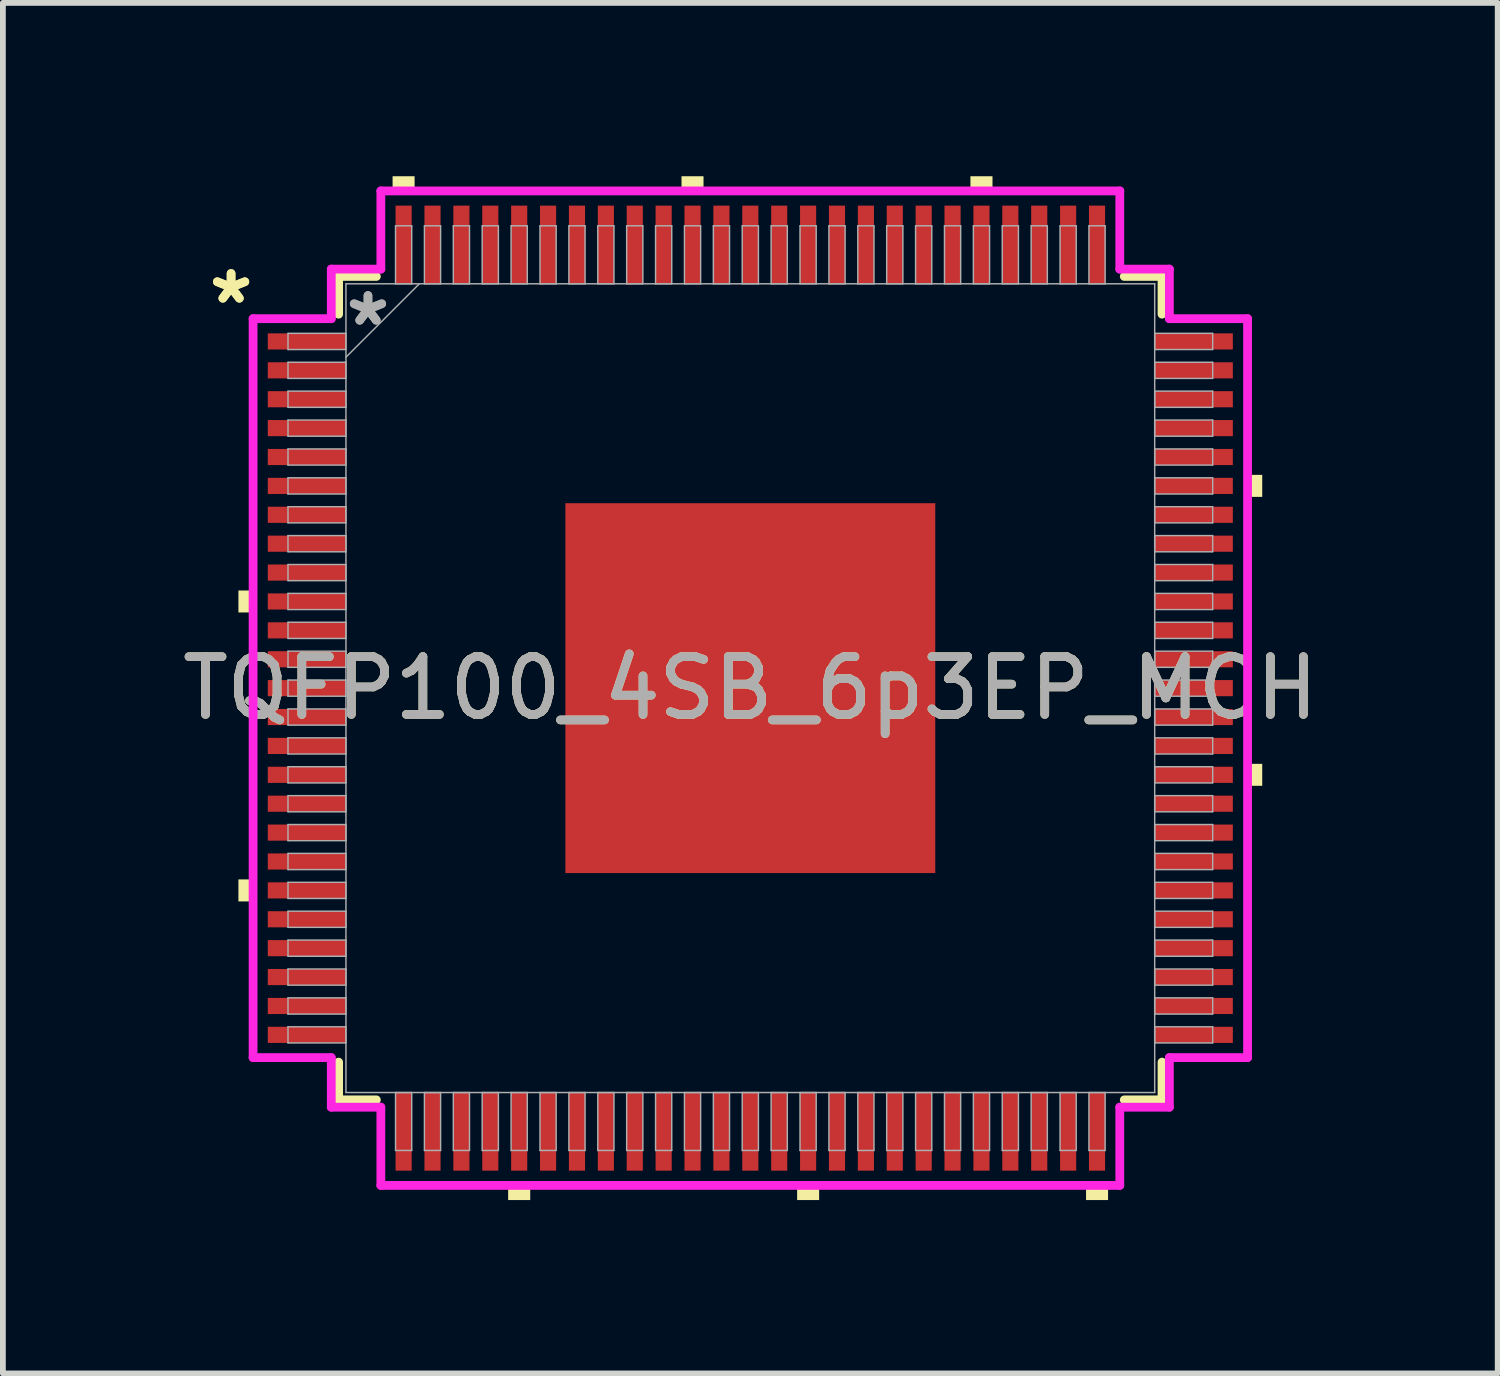
<source format=kicad_pcb>
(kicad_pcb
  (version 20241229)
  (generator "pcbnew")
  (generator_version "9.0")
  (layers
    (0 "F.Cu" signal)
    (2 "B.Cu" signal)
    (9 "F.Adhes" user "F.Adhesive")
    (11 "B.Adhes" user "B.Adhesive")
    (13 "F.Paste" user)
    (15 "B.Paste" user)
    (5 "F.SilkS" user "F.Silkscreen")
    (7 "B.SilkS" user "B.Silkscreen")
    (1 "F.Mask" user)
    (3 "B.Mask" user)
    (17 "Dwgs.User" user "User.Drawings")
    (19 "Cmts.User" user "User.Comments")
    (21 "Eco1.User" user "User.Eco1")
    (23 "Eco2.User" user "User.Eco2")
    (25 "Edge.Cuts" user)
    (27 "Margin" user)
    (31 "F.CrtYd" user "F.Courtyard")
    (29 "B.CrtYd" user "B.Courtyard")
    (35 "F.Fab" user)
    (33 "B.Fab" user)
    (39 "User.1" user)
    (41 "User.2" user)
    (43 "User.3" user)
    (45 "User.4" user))
  (footprint "TQFP100_4SB_6p3EP_MCH"
    (layer "F.Cu")
    (at 9.935 8.859)
    (property "Reference" "TQFP100_4SB_6p3EP_MCH" (at 0 0 0) (unlocked yes) (layer "F.SilkS") (effects (font (size 1 1) (thickness 0.15))))
    (attr smd)
    (fp_line (start -7.125 -7.125) (end -7.125 -6.472) (stroke (width 0.152) (type solid)) (layer "F.SilkS"))
    (fp_line (start -7.125 6.472) (end -7.125 7.125) (stroke (width 0.152) (type solid)) (layer "F.SilkS"))
    (fp_line (start -7.125 7.125) (end -6.472 7.125) (stroke (width 0.152) (type solid)) (layer "F.SilkS"))
    (fp_line (start -6.472 -7.125) (end -7.125 -7.125) (stroke (width 0.152) (type solid)) (layer "F.SilkS"))
    (fp_line (start 6.472 7.125) (end 7.125 7.125) (stroke (width 0.152) (type solid)) (layer "F.SilkS"))
    (fp_line (start 7.125 -7.125) (end 6.472 -7.125) (stroke (width 0.152) (type solid)) (layer "F.SilkS"))
    (fp_line (start 7.125 -6.472) (end 7.125 -7.125) (stroke (width 0.152) (type solid)) (layer "F.SilkS"))
    (fp_line (start 7.125 7.125) (end 7.125 6.472) (stroke (width 0.152) (type solid)) (layer "F.SilkS"))
    (fp_poly (pts (xy -8.859 -1.69) (xy -8.859 -1.31) (xy -8.605 -1.31) (xy -8.605 -1.69)) (stroke (width 0) (type solid)) (fill yes) (layer "F.SilkS"))
    (fp_poly (pts (xy -8.859 3.31) (xy -8.859 3.691) (xy -8.605 3.691) (xy -8.605 3.31)) (stroke (width 0) (type solid)) (fill yes) (layer "F.SilkS"))
    (fp_poly (pts (xy -6.191 -8.605) (xy -6.191 -8.859) (xy -5.81 -8.859) (xy -5.81 -8.605)) (stroke (width 0) (type solid)) (fill yes) (layer "F.SilkS"))
    (fp_poly (pts (xy -4.191 8.605) (xy -4.191 8.859) (xy -3.809 8.859) (xy -3.809 8.605)) (stroke (width 0) (type solid)) (fill yes) (layer "F.SilkS"))
    (fp_poly (pts (xy -1.191 -8.605) (xy -1.191 -8.859) (xy -0.81 -8.859) (xy -0.81 -8.605)) (stroke (width 0) (type solid)) (fill yes) (layer "F.SilkS"))
    (fp_poly (pts (xy 0.81 8.605) (xy 0.81 8.859) (xy 1.191 8.859) (xy 1.191 8.605)) (stroke (width 0) (type solid)) (fill yes) (layer "F.SilkS"))
    (fp_poly (pts (xy 3.809 -8.605) (xy 3.809 -8.859) (xy 4.191 -8.859) (xy 4.191 -8.605)) (stroke (width 0) (type solid)) (fill yes) (layer "F.SilkS"))
    (fp_poly (pts (xy 5.81 8.605) (xy 5.81 8.859) (xy 6.191 8.859) (xy 6.191 8.605)) (stroke (width 0) (type solid)) (fill yes) (layer "F.SilkS"))
    (fp_poly (pts (xy 8.859 -3.691) (xy 8.859 -3.31) (xy 8.605 -3.31) (xy 8.605 -3.691)) (stroke (width 0) (type solid)) (fill yes) (layer "F.SilkS"))
    (fp_poly (pts (xy 8.859 1.31) (xy 8.859 1.69) (xy 8.605 1.69) (xy 8.605 1.31)) (stroke (width 0) (type solid)) (fill yes) (layer "F.SilkS"))
    (fp_poly (pts (xy -3.1 -3.1) (xy -3.1 -2.02) (xy -2.02 -2.02) (xy -2.02 -3.1)) (stroke (width 0) (type solid)) (fill yes) (layer "F.Paste"))
    (fp_poly (pts (xy -3.1 -1.82) (xy -3.1 -0.74) (xy -2.02 -0.74) (xy -2.02 -1.82)) (stroke (width 0) (type solid)) (fill yes) (layer "F.Paste"))
    (fp_poly (pts (xy -3.1 -0.54) (xy -3.1 0.54) (xy -2.02 0.54) (xy -2.02 -0.54)) (stroke (width 0) (type solid)) (fill yes) (layer "F.Paste"))
    (fp_poly (pts (xy -3.1 0.74) (xy -3.1 1.82) (xy -2.02 1.82) (xy -2.02 0.74)) (stroke (width 0) (type solid)) (fill yes) (layer "F.Paste"))
    (fp_poly (pts (xy -3.1 2.02) (xy -3.1 3.1) (xy -2.02 3.1) (xy -2.02 2.02)) (stroke (width 0) (type solid)) (fill yes) (layer "F.Paste"))
    (fp_poly (pts (xy -1.82 -3.1) (xy -1.82 -2.02) (xy -0.74 -2.02) (xy -0.74 -3.1)) (stroke (width 0) (type solid)) (fill yes) (layer "F.Paste"))
    (fp_poly (pts (xy -1.82 -1.82) (xy -1.82 -0.74) (xy -0.74 -0.74) (xy -0.74 -1.82)) (stroke (width 0) (type solid)) (fill yes) (layer "F.Paste"))
    (fp_poly (pts (xy -1.82 -0.54) (xy -1.82 0.54) (xy -0.74 0.54) (xy -0.74 -0.54)) (stroke (width 0) (type solid)) (fill yes) (layer "F.Paste"))
    (fp_poly (pts (xy -1.82 0.74) (xy -1.82 1.82) (xy -0.74 1.82) (xy -0.74 0.74)) (stroke (width 0) (type solid)) (fill yes) (layer "F.Paste"))
    (fp_poly (pts (xy -1.82 2.02) (xy -1.82 3.1) (xy -0.74 3.1) (xy -0.74 2.02)) (stroke (width 0) (type solid)) (fill yes) (layer "F.Paste"))
    (fp_poly (pts (xy -0.54 -3.1) (xy -0.54 -2.02) (xy 0.54 -2.02) (xy 0.54 -3.1)) (stroke (width 0) (type solid)) (fill yes) (layer "F.Paste"))
    (fp_poly (pts (xy -0.54 -1.82) (xy -0.54 -0.74) (xy 0.54 -0.74) (xy 0.54 -1.82)) (stroke (width 0) (type solid)) (fill yes) (layer "F.Paste"))
    (fp_poly (pts (xy -0.54 -0.54) (xy -0.54 0.54) (xy 0.54 0.54) (xy 0.54 -0.54)) (stroke (width 0) (type solid)) (fill yes) (layer "F.Paste"))
    (fp_poly (pts (xy -0.54 0.74) (xy -0.54 1.82) (xy 0.54 1.82) (xy 0.54 0.74)) (stroke (width 0) (type solid)) (fill yes) (layer "F.Paste"))
    (fp_poly (pts (xy -0.54 2.02) (xy -0.54 3.1) (xy 0.54 3.1) (xy 0.54 2.02)) (stroke (width 0) (type solid)) (fill yes) (layer "F.Paste"))
    (fp_poly (pts (xy 0.74 -3.1) (xy 0.74 -2.02) (xy 1.82 -2.02) (xy 1.82 -3.1)) (stroke (width 0) (type solid)) (fill yes) (layer "F.Paste"))
    (fp_poly (pts (xy 0.74 -1.82) (xy 0.74 -0.74) (xy 1.82 -0.74) (xy 1.82 -1.82)) (stroke (width 0) (type solid)) (fill yes) (layer "F.Paste"))
    (fp_poly (pts (xy 0.74 -0.54) (xy 0.74 0.54) (xy 1.82 0.54) (xy 1.82 -0.54)) (stroke (width 0) (type solid)) (fill yes) (layer "F.Paste"))
    (fp_poly (pts (xy 0.74 0.74) (xy 0.74 1.82) (xy 1.82 1.82) (xy 1.82 0.74)) (stroke (width 0) (type solid)) (fill yes) (layer "F.Paste"))
    (fp_poly (pts (xy 0.74 2.02) (xy 0.74 3.1) (xy 1.82 3.1) (xy 1.82 2.02)) (stroke (width 0) (type solid)) (fill yes) (layer "F.Paste"))
    (fp_poly (pts (xy 2.02 -3.1) (xy 2.02 -2.02) (xy 3.1 -2.02) (xy 3.1 -3.1)) (stroke (width 0) (type solid)) (fill yes) (layer "F.Paste"))
    (fp_poly (pts (xy 2.02 -1.82) (xy 2.02 -0.74) (xy 3.1 -0.74) (xy 3.1 -1.82)) (stroke (width 0) (type solid)) (fill yes) (layer "F.Paste"))
    (fp_poly (pts (xy 2.02 -0.54) (xy 2.02 0.54) (xy 3.1 0.54) (xy 3.1 -0.54)) (stroke (width 0) (type solid)) (fill yes) (layer "F.Paste"))
    (fp_poly (pts (xy 2.02 0.74) (xy 2.02 1.82) (xy 3.1 1.82) (xy 3.1 0.74)) (stroke (width 0) (type solid)) (fill yes) (layer "F.Paste"))
    (fp_poly (pts (xy 2.02 2.02) (xy 2.02 3.1) (xy 3.1 3.1) (xy 3.1 2.02)) (stroke (width 0) (type solid)) (fill yes) (layer "F.Paste"))
    (fp_line (start -8.605 -6.394) (end -7.252 -6.394) (stroke (width 0.152) (type solid)) (layer "F.CrtYd"))
    (fp_line (start -8.605 6.394) (end -8.605 -6.394) (stroke (width 0.152) (type solid)) (layer "F.CrtYd"))
    (fp_line (start -7.252 -7.252) (end -6.394 -7.252) (stroke (width 0.152) (type solid)) (layer "F.CrtYd"))
    (fp_line (start -7.252 -6.394) (end -7.252 -7.252) (stroke (width 0.152) (type solid)) (layer "F.CrtYd"))
    (fp_line (start -7.252 6.394) (end -8.605 6.394) (stroke (width 0.152) (type solid)) (layer "F.CrtYd"))
    (fp_line (start -7.252 7.252) (end -7.252 6.394) (stroke (width 0.152) (type solid)) (layer "F.CrtYd"))
    (fp_line (start -7.252 7.252) (end -6.394 7.252) (stroke (width 0.152) (type solid)) (layer "F.CrtYd"))
    (fp_line (start -6.394 -8.605) (end 6.394 -8.605) (stroke (width 0.152) (type solid)) (layer "F.CrtYd"))
    (fp_line (start -6.394 -7.252) (end -6.394 -8.605) (stroke (width 0.152) (type solid)) (layer "F.CrtYd"))
    (fp_line (start -6.394 7.252) (end -6.394 8.605) (stroke (width 0.152) (type solid)) (layer "F.CrtYd"))
    (fp_line (start -6.394 8.605) (end 6.394 8.605) (stroke (width 0.152) (type solid)) (layer "F.CrtYd"))
    (fp_line (start 6.394 -8.605) (end 6.394 -7.252) (stroke (width 0.152) (type solid)) (layer "F.CrtYd"))
    (fp_line (start 6.394 -7.252) (end 7.252 -7.252) (stroke (width 0.152) (type solid)) (layer "F.CrtYd"))
    (fp_line (start 6.394 7.252) (end 7.252 7.252) (stroke (width 0.152) (type solid)) (layer "F.CrtYd"))
    (fp_line (start 6.394 8.605) (end 6.394 7.252) (stroke (width 0.152) (type solid)) (layer "F.CrtYd"))
    (fp_line (start 7.252 -6.394) (end 7.252 -7.252) (stroke (width 0.152) (type solid)) (layer "F.CrtYd"))
    (fp_line (start 7.252 6.394) (end 8.605 6.394) (stroke (width 0.152) (type solid)) (layer "F.CrtYd"))
    (fp_line (start 7.252 7.252) (end 7.252 6.394) (stroke (width 0.152) (type solid)) (layer "F.CrtYd"))
    (fp_line (start 8.605 -6.394) (end 7.252 -6.394) (stroke (width 0.152) (type solid)) (layer "F.CrtYd"))
    (fp_line (start 8.605 6.394) (end 8.605 -6.394) (stroke (width 0.152) (type solid)) (layer "F.CrtYd"))
    (fp_line (start -8.001 -6.14) (end -8.001 -5.86) (stroke (width 0.025) (type solid)) (layer "F.Fab"))
    (fp_line (start -8.001 -5.86) (end -6.998 -5.86) (stroke (width 0.025) (type solid)) (layer "F.Fab"))
    (fp_line (start -8.001 -5.64) (end -8.001 -5.36) (stroke (width 0.025) (type solid)) (layer "F.Fab"))
    (fp_line (start -8.001 -5.36) (end -6.998 -5.36) (stroke (width 0.025) (type solid)) (layer "F.Fab"))
    (fp_line (start -8.001 -5.14) (end -8.001 -4.86) (stroke (width 0.025) (type solid)) (layer "F.Fab"))
    (fp_line (start -8.001 -4.86) (end -6.998 -4.86) (stroke (width 0.025) (type solid)) (layer "F.Fab"))
    (fp_line (start -8.001 -4.64) (end -8.001 -4.36) (stroke (width 0.025) (type solid)) (layer "F.Fab"))
    (fp_line (start -8.001 -4.36) (end -6.998 -4.36) (stroke (width 0.025) (type solid)) (layer "F.Fab"))
    (fp_line (start -8.001 -4.14) (end -8.001 -3.86) (stroke (width 0.025) (type solid)) (layer "F.Fab"))
    (fp_line (start -8.001 -3.86) (end -6.998 -3.86) (stroke (width 0.025) (type solid)) (layer "F.Fab"))
    (fp_line (start -8.001 -3.64) (end -8.001 -3.36) (stroke (width 0.025) (type solid)) (layer "F.Fab"))
    (fp_line (start -8.001 -3.36) (end -6.998 -3.36) (stroke (width 0.025) (type solid)) (layer "F.Fab"))
    (fp_line (start -8.001 -3.14) (end -8.001 -2.86) (stroke (width 0.025) (type solid)) (layer "F.Fab"))
    (fp_line (start -8.001 -2.86) (end -6.998 -2.86) (stroke (width 0.025) (type solid)) (layer "F.Fab"))
    (fp_line (start -8.001 -2.64) (end -8.001 -2.36) (stroke (width 0.025) (type solid)) (layer "F.Fab"))
    (fp_line (start -8.001 -2.36) (end -6.998 -2.36) (stroke (width 0.025) (type solid)) (layer "F.Fab"))
    (fp_line (start -8.001 -2.14) (end -8.001 -1.86) (stroke (width 0.025) (type solid)) (layer "F.Fab"))
    (fp_line (start -8.001 -1.86) (end -6.998 -1.86) (stroke (width 0.025) (type solid)) (layer "F.Fab"))
    (fp_line (start -8.001 -1.64) (end -8.001 -1.36) (stroke (width 0.025) (type solid)) (layer "F.Fab"))
    (fp_line (start -8.001 -1.36) (end -6.998 -1.36) (stroke (width 0.025) (type solid)) (layer "F.Fab"))
    (fp_line (start -8.001 -1.14) (end -8.001 -0.86) (stroke (width 0.025) (type solid)) (layer "F.Fab"))
    (fp_line (start -8.001 -0.86) (end -6.998 -0.86) (stroke (width 0.025) (type solid)) (layer "F.Fab"))
    (fp_line (start -8.001 -0.64) (end -8.001 -0.36) (stroke (width 0.025) (type solid)) (layer "F.Fab"))
    (fp_line (start -8.001 -0.36) (end -6.998 -0.36) (stroke (width 0.025) (type solid)) (layer "F.Fab"))
    (fp_line (start -8.001 -0.14) (end -8.001 0.14) (stroke (width 0.025) (type solid)) (layer "F.Fab"))
    (fp_line (start -8.001 0.14) (end -6.998 0.14) (stroke (width 0.025) (type solid)) (layer "F.Fab"))
    (fp_line (start -8.001 0.36) (end -8.001 0.64) (stroke (width 0.025) (type solid)) (layer "F.Fab"))
    (fp_line (start -8.001 0.64) (end -6.998 0.64) (stroke (width 0.025) (type solid)) (layer "F.Fab"))
    (fp_line (start -8.001 0.86) (end -8.001 1.14) (stroke (width 0.025) (type solid)) (layer "F.Fab"))
    (fp_line (start -8.001 1.14) (end -6.998 1.14) (stroke (width 0.025) (type solid)) (layer "F.Fab"))
    (fp_line (start -8.001 1.36) (end -8.001 1.64) (stroke (width 0.025) (type solid)) (layer "F.Fab"))
    (fp_line (start -8.001 1.64) (end -6.998 1.64) (stroke (width 0.025) (type solid)) (layer "F.Fab"))
    (fp_line (start -8.001 1.86) (end -8.001 2.14) (stroke (width 0.025) (type solid)) (layer "F.Fab"))
    (fp_line (start -8.001 2.14) (end -6.998 2.14) (stroke (width 0.025) (type solid)) (layer "F.Fab"))
    (fp_line (start -8.001 2.36) (end -8.001 2.64) (stroke (width 0.025) (type solid)) (layer "F.Fab"))
    (fp_line (start -8.001 2.64) (end -6.998 2.64) (stroke (width 0.025) (type solid)) (layer "F.Fab"))
    (fp_line (start -8.001 2.86) (end -8.001 3.14) (stroke (width 0.025) (type solid)) (layer "F.Fab"))
    (fp_line (start -8.001 3.14) (end -6.998 3.14) (stroke (width 0.025) (type solid)) (layer "F.Fab"))
    (fp_line (start -8.001 3.36) (end -8.001 3.64) (stroke (width 0.025) (type solid)) (layer "F.Fab"))
    (fp_line (start -8.001 3.64) (end -6.998 3.64) (stroke (width 0.025) (type solid)) (layer "F.Fab"))
    (fp_line (start -8.001 3.86) (end -8.001 4.14) (stroke (width 0.025) (type solid)) (layer "F.Fab"))
    (fp_line (start -8.001 4.14) (end -6.998 4.14) (stroke (width 0.025) (type solid)) (layer "F.Fab"))
    (fp_line (start -8.001 4.36) (end -8.001 4.64) (stroke (width 0.025) (type solid)) (layer "F.Fab"))
    (fp_line (start -8.001 4.64) (end -6.998 4.64) (stroke (width 0.025) (type solid)) (layer "F.Fab"))
    (fp_line (start -8.001 4.86) (end -8.001 5.14) (stroke (width 0.025) (type solid)) (layer "F.Fab"))
    (fp_line (start -8.001 5.14) (end -6.998 5.14) (stroke (width 0.025) (type solid)) (layer "F.Fab"))
    (fp_line (start -8.001 5.36) (end -8.001 5.64) (stroke (width 0.025) (type solid)) (layer "F.Fab"))
    (fp_line (start -8.001 5.64) (end -6.998 5.64) (stroke (width 0.025) (type solid)) (layer "F.Fab"))
    (fp_line (start -8.001 5.86) (end -8.001 6.14) (stroke (width 0.025) (type solid)) (layer "F.Fab"))
    (fp_line (start -8.001 6.14) (end -6.998 6.14) (stroke (width 0.025) (type solid)) (layer "F.Fab"))
    (fp_line (start -6.998 -6.998) (end -6.998 6.998) (stroke (width 0.025) (type solid)) (layer "F.Fab"))
    (fp_line (start -6.998 -6.14) (end -8.001 -6.14) (stroke (width 0.025) (type solid)) (layer "F.Fab"))
    (fp_line (start -6.998 -5.86) (end -6.998 -6.14) (stroke (width 0.025) (type solid)) (layer "F.Fab"))
    (fp_line (start -6.998 -5.728) (end -5.728 -6.998) (stroke (width 0.025) (type solid)) (layer "F.Fab"))
    (fp_line (start -6.998 -5.64) (end -8.001 -5.64) (stroke (width 0.025) (type solid)) (layer "F.Fab"))
    (fp_line (start -6.998 -5.36) (end -6.998 -5.64) (stroke (width 0.025) (type solid)) (layer "F.Fab"))
    (fp_line (start -6.998 -5.14) (end -8.001 -5.14) (stroke (width 0.025) (type solid)) (layer "F.Fab"))
    (fp_line (start -6.998 -4.86) (end -6.998 -5.14) (stroke (width 0.025) (type solid)) (layer "F.Fab"))
    (fp_line (start -6.998 -4.64) (end -8.001 -4.64) (stroke (width 0.025) (type solid)) (layer "F.Fab"))
    (fp_line (start -6.998 -4.36) (end -6.998 -4.64) (stroke (width 0.025) (type solid)) (layer "F.Fab"))
    (fp_line (start -6.998 -4.14) (end -8.001 -4.14) (stroke (width 0.025) (type solid)) (layer "F.Fab"))
    (fp_line (start -6.998 -3.86) (end -6.998 -4.14) (stroke (width 0.025) (type solid)) (layer "F.Fab"))
    (fp_line (start -6.998 -3.64) (end -8.001 -3.64) (stroke (width 0.025) (type solid)) (layer "F.Fab"))
    (fp_line (start -6.998 -3.36) (end -6.998 -3.64) (stroke (width 0.025) (type solid)) (layer "F.Fab"))
    (fp_line (start -6.998 -3.14) (end -8.001 -3.14) (stroke (width 0.025) (type solid)) (layer "F.Fab"))
    (fp_line (start -6.998 -2.86) (end -6.998 -3.14) (stroke (width 0.025) (type solid)) (layer "F.Fab"))
    (fp_line (start -6.998 -2.64) (end -8.001 -2.64) (stroke (width 0.025) (type solid)) (layer "F.Fab"))
    (fp_line (start -6.998 -2.36) (end -6.998 -2.64) (stroke (width 0.025) (type solid)) (layer "F.Fab"))
    (fp_line (start -6.998 -2.14) (end -8.001 -2.14) (stroke (width 0.025) (type solid)) (layer "F.Fab"))
    (fp_line (start -6.998 -1.86) (end -6.998 -2.14) (stroke (width 0.025) (type solid)) (layer "F.Fab"))
    (fp_line (start -6.998 -1.64) (end -8.001 -1.64) (stroke (width 0.025) (type solid)) (layer "F.Fab"))
    (fp_line (start -6.998 -1.36) (end -6.998 -1.64) (stroke (width 0.025) (type solid)) (layer "F.Fab"))
    (fp_line (start -6.998 -1.14) (end -8.001 -1.14) (stroke (width 0.025) (type solid)) (layer "F.Fab"))
    (fp_line (start -6.998 -0.86) (end -6.998 -1.14) (stroke (width 0.025) (type solid)) (layer "F.Fab"))
    (fp_line (start -6.998 -0.64) (end -8.001 -0.64) (stroke (width 0.025) (type solid)) (layer "F.Fab"))
    (fp_line (start -6.998 -0.36) (end -6.998 -0.64) (stroke (width 0.025) (type solid)) (layer "F.Fab"))
    (fp_line (start -6.998 -0.14) (end -8.001 -0.14) (stroke (width 0.025) (type solid)) (layer "F.Fab"))
    (fp_line (start -6.998 0.14) (end -6.998 -0.14) (stroke (width 0.025) (type solid)) (layer "F.Fab"))
    (fp_line (start -6.998 0.36) (end -8.001 0.36) (stroke (width 0.025) (type solid)) (layer "F.Fab"))
    (fp_line (start -6.998 0.64) (end -6.998 0.36) (stroke (width 0.025) (type solid)) (layer "F.Fab"))
    (fp_line (start -6.998 0.86) (end -8.001 0.86) (stroke (width 0.025) (type solid)) (layer "F.Fab"))
    (fp_line (start -6.998 1.14) (end -6.998 0.86) (stroke (width 0.025) (type solid)) (layer "F.Fab"))
    (fp_line (start -6.998 1.36) (end -8.001 1.36) (stroke (width 0.025) (type solid)) (layer "F.Fab"))
    (fp_line (start -6.998 1.64) (end -6.998 1.36) (stroke (width 0.025) (type solid)) (layer "F.Fab"))
    (fp_line (start -6.998 1.86) (end -8.001 1.86) (stroke (width 0.025) (type solid)) (layer "F.Fab"))
    (fp_line (start -6.998 2.14) (end -6.998 1.86) (stroke (width 0.025) (type solid)) (layer "F.Fab"))
    (fp_line (start -6.998 2.36) (end -8.001 2.36) (stroke (width 0.025) (type solid)) (layer "F.Fab"))
    (fp_line (start -6.998 2.64) (end -6.998 2.36) (stroke (width 0.025) (type solid)) (layer "F.Fab"))
    (fp_line (start -6.998 2.86) (end -8.001 2.86) (stroke (width 0.025) (type solid)) (layer "F.Fab"))
    (fp_line (start -6.998 3.14) (end -6.998 2.86) (stroke (width 0.025) (type solid)) (layer "F.Fab"))
    (fp_line (start -6.998 3.36) (end -8.001 3.36) (stroke (width 0.025) (type solid)) (layer "F.Fab"))
    (fp_line (start -6.998 3.64) (end -6.998 3.36) (stroke (width 0.025) (type solid)) (layer "F.Fab"))
    (fp_line (start -6.998 3.86) (end -8.001 3.86) (stroke (width 0.025) (type solid)) (layer "F.Fab"))
    (fp_line (start -6.998 4.14) (end -6.998 3.86) (stroke (width 0.025) (type solid)) (layer "F.Fab"))
    (fp_line (start -6.998 4.36) (end -8.001 4.36) (stroke (width 0.025) (type solid)) (layer "F.Fab"))
    (fp_line (start -6.998 4.64) (end -6.998 4.36) (stroke (width 0.025) (type solid)) (layer "F.Fab"))
    (fp_line (start -6.998 4.86) (end -8.001 4.86) (stroke (width 0.025) (type solid)) (layer "F.Fab"))
    (fp_line (start -6.998 5.14) (end -6.998 4.86) (stroke (width 0.025) (type solid)) (layer "F.Fab"))
    (fp_line (start -6.998 5.36) (end -8.001 5.36) (stroke (width 0.025) (type solid)) (layer "F.Fab"))
    (fp_line (start -6.998 5.64) (end -6.998 5.36) (stroke (width 0.025) (type solid)) (layer "F.Fab"))
    (fp_line (start -6.998 5.86) (end -8.001 5.86) (stroke (width 0.025) (type solid)) (layer "F.Fab"))
    (fp_line (start -6.998 6.14) (end -6.998 5.86) (stroke (width 0.025) (type solid)) (layer "F.Fab"))
    (fp_line (start -6.998 6.998) (end 6.998 6.998) (stroke (width 0.025) (type solid)) (layer "F.Fab"))
    (fp_line (start -6.14 -8.001) (end -6.14 -6.998) (stroke (width 0.025) (type solid)) (layer "F.Fab"))
    (fp_line (start -6.14 -6.998) (end -5.86 -6.998) (stroke (width 0.025) (type solid)) (layer "F.Fab"))
    (fp_line (start -6.14 6.998) (end -6.14 8.001) (stroke (width 0.025) (type solid)) (layer "F.Fab"))
    (fp_line (start -6.14 8.001) (end -5.86 8.001) (stroke (width 0.025) (type solid)) (layer "F.Fab"))
    (fp_line (start -5.86 -8.001) (end -6.14 -8.001) (stroke (width 0.025) (type solid)) (layer "F.Fab"))
    (fp_line (start -5.86 -6.998) (end -5.86 -8.001) (stroke (width 0.025) (type solid)) (layer "F.Fab"))
    (fp_line (start -5.86 6.998) (end -6.14 6.998) (stroke (width 0.025) (type solid)) (layer "F.Fab"))
    (fp_line (start -5.86 8.001) (end -5.86 6.998) (stroke (width 0.025) (type solid)) (layer "F.Fab"))
    (fp_line (start -5.64 -8.001) (end -5.64 -6.998) (stroke (width 0.025) (type solid)) (layer "F.Fab"))
    (fp_line (start -5.64 -6.998) (end -5.36 -6.998) (stroke (width 0.025) (type solid)) (layer "F.Fab"))
    (fp_line (start -5.64 6.998) (end -5.64 8.001) (stroke (width 0.025) (type solid)) (layer "F.Fab"))
    (fp_line (start -5.64 8.001) (end -5.36 8.001) (stroke (width 0.025) (type solid)) (layer "F.Fab"))
    (fp_line (start -5.36 -8.001) (end -5.64 -8.001) (stroke (width 0.025) (type solid)) (layer "F.Fab"))
    (fp_line (start -5.36 -6.998) (end -5.36 -8.001) (stroke (width 0.025) (type solid)) (layer "F.Fab"))
    (fp_line (start -5.36 6.998) (end -5.64 6.998) (stroke (width 0.025) (type solid)) (layer "F.Fab"))
    (fp_line (start -5.36 8.001) (end -5.36 6.998) (stroke (width 0.025) (type solid)) (layer "F.Fab"))
    (fp_line (start -5.14 -8.001) (end -5.14 -6.998) (stroke (width 0.025) (type solid)) (layer "F.Fab"))
    (fp_line (start -5.14 -6.998) (end -4.86 -6.998) (stroke (width 0.025) (type solid)) (layer "F.Fab"))
    (fp_line (start -5.14 6.998) (end -5.14 8.001) (stroke (width 0.025) (type solid)) (layer "F.Fab"))
    (fp_line (start -5.14 8.001) (end -4.86 8.001) (stroke (width 0.025) (type solid)) (layer "F.Fab"))
    (fp_line (start -4.86 -8.001) (end -5.14 -8.001) (stroke (width 0.025) (type solid)) (layer "F.Fab"))
    (fp_line (start -4.86 -6.998) (end -4.86 -8.001) (stroke (width 0.025) (type solid)) (layer "F.Fab"))
    (fp_line (start -4.86 6.998) (end -5.14 6.998) (stroke (width 0.025) (type solid)) (layer "F.Fab"))
    (fp_line (start -4.86 8.001) (end -4.86 6.998) (stroke (width 0.025) (type solid)) (layer "F.Fab"))
    (fp_line (start -4.64 -8.001) (end -4.64 -6.998) (stroke (width 0.025) (type solid)) (layer "F.Fab"))
    (fp_line (start -4.64 -6.998) (end -4.36 -6.998) (stroke (width 0.025) (type solid)) (layer "F.Fab"))
    (fp_line (start -4.64 6.998) (end -4.64 8.001) (stroke (width 0.025) (type solid)) (layer "F.Fab"))
    (fp_line (start -4.64 8.001) (end -4.36 8.001) (stroke (width 0.025) (type solid)) (layer "F.Fab"))
    (fp_line (start -4.36 -8.001) (end -4.64 -8.001) (stroke (width 0.025) (type solid)) (layer "F.Fab"))
    (fp_line (start -4.36 -6.998) (end -4.36 -8.001) (stroke (width 0.025) (type solid)) (layer "F.Fab"))
    (fp_line (start -4.36 6.998) (end -4.64 6.998) (stroke (width 0.025) (type solid)) (layer "F.Fab"))
    (fp_line (start -4.36 8.001) (end -4.36 6.998) (stroke (width 0.025) (type solid)) (layer "F.Fab"))
    (fp_line (start -4.14 -8.001) (end -4.14 -6.998) (stroke (width 0.025) (type solid)) (layer "F.Fab"))
    (fp_line (start -4.14 -6.998) (end -3.86 -6.998) (stroke (width 0.025) (type solid)) (layer "F.Fab"))
    (fp_line (start -4.14 6.998) (end -4.14 8.001) (stroke (width 0.025) (type solid)) (layer "F.Fab"))
    (fp_line (start -4.14 8.001) (end -3.86 8.001) (stroke (width 0.025) (type solid)) (layer "F.Fab"))
    (fp_line (start -3.86 -8.001) (end -4.14 -8.001) (stroke (width 0.025) (type solid)) (layer "F.Fab"))
    (fp_line (start -3.86 -6.998) (end -3.86 -8.001) (stroke (width 0.025) (type solid)) (layer "F.Fab"))
    (fp_line (start -3.86 6.998) (end -4.14 6.998) (stroke (width 0.025) (type solid)) (layer "F.Fab"))
    (fp_line (start -3.86 8.001) (end -3.86 6.998) (stroke (width 0.025) (type solid)) (layer "F.Fab"))
    (fp_line (start -3.64 -8.001) (end -3.64 -6.998) (stroke (width 0.025) (type solid)) (layer "F.Fab"))
    (fp_line (start -3.64 -6.998) (end -3.36 -6.998) (stroke (width 0.025) (type solid)) (layer "F.Fab"))
    (fp_line (start -3.64 6.998) (end -3.64 8.001) (stroke (width 0.025) (type solid)) (layer "F.Fab"))
    (fp_line (start -3.64 8.001) (end -3.36 8.001) (stroke (width 0.025) (type solid)) (layer "F.Fab"))
    (fp_line (start -3.36 -8.001) (end -3.64 -8.001) (stroke (width 0.025) (type solid)) (layer "F.Fab"))
    (fp_line (start -3.36 -6.998) (end -3.36 -8.001) (stroke (width 0.025) (type solid)) (layer "F.Fab"))
    (fp_line (start -3.36 6.998) (end -3.64 6.998) (stroke (width 0.025) (type solid)) (layer "F.Fab"))
    (fp_line (start -3.36 8.001) (end -3.36 6.998) (stroke (width 0.025) (type solid)) (layer "F.Fab"))
    (fp_line (start -3.14 -8.001) (end -3.14 -6.998) (stroke (width 0.025) (type solid)) (layer "F.Fab"))
    (fp_line (start -3.14 -6.998) (end -2.86 -6.998) (stroke (width 0.025) (type solid)) (layer "F.Fab"))
    (fp_line (start -3.14 6.998) (end -3.14 8.001) (stroke (width 0.025) (type solid)) (layer "F.Fab"))
    (fp_line (start -3.14 8.001) (end -2.86 8.001) (stroke (width 0.025) (type solid)) (layer "F.Fab"))
    (fp_line (start -2.86 -8.001) (end -3.14 -8.001) (stroke (width 0.025) (type solid)) (layer "F.Fab"))
    (fp_line (start -2.86 -6.998) (end -2.86 -8.001) (stroke (width 0.025) (type solid)) (layer "F.Fab"))
    (fp_line (start -2.86 6.998) (end -3.14 6.998) (stroke (width 0.025) (type solid)) (layer "F.Fab"))
    (fp_line (start -2.86 8.001) (end -2.86 6.998) (stroke (width 0.025) (type solid)) (layer "F.Fab"))
    (fp_line (start -2.64 -8.001) (end -2.64 -6.998) (stroke (width 0.025) (type solid)) (layer "F.Fab"))
    (fp_line (start -2.64 -6.998) (end -2.36 -6.998) (stroke (width 0.025) (type solid)) (layer "F.Fab"))
    (fp_line (start -2.64 6.998) (end -2.64 8.001) (stroke (width 0.025) (type solid)) (layer "F.Fab"))
    (fp_line (start -2.64 8.001) (end -2.36 8.001) (stroke (width 0.025) (type solid)) (layer "F.Fab"))
    (fp_line (start -2.36 -8.001) (end -2.64 -8.001) (stroke (width 0.025) (type solid)) (layer "F.Fab"))
    (fp_line (start -2.36 -6.998) (end -2.36 -8.001) (stroke (width 0.025) (type solid)) (layer "F.Fab"))
    (fp_line (start -2.36 6.998) (end -2.64 6.998) (stroke (width 0.025) (type solid)) (layer "F.Fab"))
    (fp_line (start -2.36 8.001) (end -2.36 6.998) (stroke (width 0.025) (type solid)) (layer "F.Fab"))
    (fp_line (start -2.14 -8.001) (end -2.14 -6.998) (stroke (width 0.025) (type solid)) (layer "F.Fab"))
    (fp_line (start -2.14 -6.998) (end -1.86 -6.998) (stroke (width 0.025) (type solid)) (layer "F.Fab"))
    (fp_line (start -2.14 6.998) (end -2.14 8.001) (stroke (width 0.025) (type solid)) (layer "F.Fab"))
    (fp_line (start -2.14 8.001) (end -1.86 8.001) (stroke (width 0.025) (type solid)) (layer "F.Fab"))
    (fp_line (start -1.86 -8.001) (end -2.14 -8.001) (stroke (width 0.025) (type solid)) (layer "F.Fab"))
    (fp_line (start -1.86 -6.998) (end -1.86 -8.001) (stroke (width 0.025) (type solid)) (layer "F.Fab"))
    (fp_line (start -1.86 6.998) (end -2.14 6.998) (stroke (width 0.025) (type solid)) (layer "F.Fab"))
    (fp_line (start -1.86 8.001) (end -1.86 6.998) (stroke (width 0.025) (type solid)) (layer "F.Fab"))
    (fp_line (start -1.64 -8.001) (end -1.64 -6.998) (stroke (width 0.025) (type solid)) (layer "F.Fab"))
    (fp_line (start -1.64 -6.998) (end -1.36 -6.998) (stroke (width 0.025) (type solid)) (layer "F.Fab"))
    (fp_line (start -1.64 6.998) (end -1.64 8.001) (stroke (width 0.025) (type solid)) (layer "F.Fab"))
    (fp_line (start -1.64 8.001) (end -1.36 8.001) (stroke (width 0.025) (type solid)) (layer "F.Fab"))
    (fp_line (start -1.36 -8.001) (end -1.64 -8.001) (stroke (width 0.025) (type solid)) (layer "F.Fab"))
    (fp_line (start -1.36 -6.998) (end -1.36 -8.001) (stroke (width 0.025) (type solid)) (layer "F.Fab"))
    (fp_line (start -1.36 6.998) (end -1.64 6.998) (stroke (width 0.025) (type solid)) (layer "F.Fab"))
    (fp_line (start -1.36 8.001) (end -1.36 6.998) (stroke (width 0.025) (type solid)) (layer "F.Fab"))
    (fp_line (start -1.14 -8.001) (end -1.14 -6.998) (stroke (width 0.025) (type solid)) (layer "F.Fab"))
    (fp_line (start -1.14 -6.998) (end -0.86 -6.998) (stroke (width 0.025) (type solid)) (layer "F.Fab"))
    (fp_line (start -1.14 6.998) (end -1.14 8.001) (stroke (width 0.025) (type solid)) (layer "F.Fab"))
    (fp_line (start -1.14 8.001) (end -0.86 8.001) (stroke (width 0.025) (type solid)) (layer "F.Fab"))
    (fp_line (start -0.86 -8.001) (end -1.14 -8.001) (stroke (width 0.025) (type solid)) (layer "F.Fab"))
    (fp_line (start -0.86 -6.998) (end -0.86 -8.001) (stroke (width 0.025) (type solid)) (layer "F.Fab"))
    (fp_line (start -0.86 6.998) (end -1.14 6.998) (stroke (width 0.025) (type solid)) (layer "F.Fab"))
    (fp_line (start -0.86 8.001) (end -0.86 6.998) (stroke (width 0.025) (type solid)) (layer "F.Fab"))
    (fp_line (start -0.64 -8.001) (end -0.64 -6.998) (stroke (width 0.025) (type solid)) (layer "F.Fab"))
    (fp_line (start -0.64 -6.998) (end -0.36 -6.998) (stroke (width 0.025) (type solid)) (layer "F.Fab"))
    (fp_line (start -0.64 6.998) (end -0.64 8.001) (stroke (width 0.025) (type solid)) (layer "F.Fab"))
    (fp_line (start -0.64 8.001) (end -0.36 8.001) (stroke (width 0.025) (type solid)) (layer "F.Fab"))
    (fp_line (start -0.36 -8.001) (end -0.64 -8.001) (stroke (width 0.025) (type solid)) (layer "F.Fab"))
    (fp_line (start -0.36 -6.998) (end -0.36 -8.001) (stroke (width 0.025) (type solid)) (layer "F.Fab"))
    (fp_line (start -0.36 6.998) (end -0.64 6.998) (stroke (width 0.025) (type solid)) (layer "F.Fab"))
    (fp_line (start -0.36 8.001) (end -0.36 6.998) (stroke (width 0.025) (type solid)) (layer "F.Fab"))
    (fp_line (start -0.14 -8.001) (end -0.14 -6.998) (stroke (width 0.025) (type solid)) (layer "F.Fab"))
    (fp_line (start -0.14 -6.998) (end 0.14 -6.998) (stroke (width 0.025) (type solid)) (layer "F.Fab"))
    (fp_line (start -0.14 6.998) (end -0.14 8.001) (stroke (width 0.025) (type solid)) (layer "F.Fab"))
    (fp_line (start -0.14 8.001) (end 0.14 8.001) (stroke (width 0.025) (type solid)) (layer "F.Fab"))
    (fp_line (start 0.14 -8.001) (end -0.14 -8.001) (stroke (width 0.025) (type solid)) (layer "F.Fab"))
    (fp_line (start 0.14 -6.998) (end 0.14 -8.001) (stroke (width 0.025) (type solid)) (layer "F.Fab"))
    (fp_line (start 0.14 6.998) (end -0.14 6.998) (stroke (width 0.025) (type solid)) (layer "F.Fab"))
    (fp_line (start 0.14 8.001) (end 0.14 6.998) (stroke (width 0.025) (type solid)) (layer "F.Fab"))
    (fp_line (start 0.36 -8.001) (end 0.36 -6.998) (stroke (width 0.025) (type solid)) (layer "F.Fab"))
    (fp_line (start 0.36 -6.998) (end 0.64 -6.998) (stroke (width 0.025) (type solid)) (layer "F.Fab"))
    (fp_line (start 0.36 6.998) (end 0.36 8.001) (stroke (width 0.025) (type solid)) (layer "F.Fab"))
    (fp_line (start 0.36 8.001) (end 0.64 8.001) (stroke (width 0.025) (type solid)) (layer "F.Fab"))
    (fp_line (start 0.64 -8.001) (end 0.36 -8.001) (stroke (width 0.025) (type solid)) (layer "F.Fab"))
    (fp_line (start 0.64 -6.998) (end 0.64 -8.001) (stroke (width 0.025) (type solid)) (layer "F.Fab"))
    (fp_line (start 0.64 6.998) (end 0.36 6.998) (stroke (width 0.025) (type solid)) (layer "F.Fab"))
    (fp_line (start 0.64 8.001) (end 0.64 6.998) (stroke (width 0.025) (type solid)) (layer "F.Fab"))
    (fp_line (start 0.86 -8.001) (end 0.86 -6.998) (stroke (width 0.025) (type solid)) (layer "F.Fab"))
    (fp_line (start 0.86 -6.998) (end 1.14 -6.998) (stroke (width 0.025) (type solid)) (layer "F.Fab"))
    (fp_line (start 0.86 6.998) (end 0.86 8.001) (stroke (width 0.025) (type solid)) (layer "F.Fab"))
    (fp_line (start 0.86 8.001) (end 1.14 8.001) (stroke (width 0.025) (type solid)) (layer "F.Fab"))
    (fp_line (start 1.14 -8.001) (end 0.86 -8.001) (stroke (width 0.025) (type solid)) (layer "F.Fab"))
    (fp_line (start 1.14 -6.998) (end 1.14 -8.001) (stroke (width 0.025) (type solid)) (layer "F.Fab"))
    (fp_line (start 1.14 6.998) (end 0.86 6.998) (stroke (width 0.025) (type solid)) (layer "F.Fab"))
    (fp_line (start 1.14 8.001) (end 1.14 6.998) (stroke (width 0.025) (type solid)) (layer "F.Fab"))
    (fp_line (start 1.36 -8.001) (end 1.36 -6.998) (stroke (width 0.025) (type solid)) (layer "F.Fab"))
    (fp_line (start 1.36 -6.998) (end 1.64 -6.998) (stroke (width 0.025) (type solid)) (layer "F.Fab"))
    (fp_line (start 1.36 6.998) (end 1.36 8.001) (stroke (width 0.025) (type solid)) (layer "F.Fab"))
    (fp_line (start 1.36 8.001) (end 1.64 8.001) (stroke (width 0.025) (type solid)) (layer "F.Fab"))
    (fp_line (start 1.64 -8.001) (end 1.36 -8.001) (stroke (width 0.025) (type solid)) (layer "F.Fab"))
    (fp_line (start 1.64 -6.998) (end 1.64 -8.001) (stroke (width 0.025) (type solid)) (layer "F.Fab"))
    (fp_line (start 1.64 6.998) (end 1.36 6.998) (stroke (width 0.025) (type solid)) (layer "F.Fab"))
    (fp_line (start 1.64 8.001) (end 1.64 6.998) (stroke (width 0.025) (type solid)) (layer "F.Fab"))
    (fp_line (start 1.86 -8.001) (end 1.86 -6.998) (stroke (width 0.025) (type solid)) (layer "F.Fab"))
    (fp_line (start 1.86 -6.998) (end 2.14 -6.998) (stroke (width 0.025) (type solid)) (layer "F.Fab"))
    (fp_line (start 1.86 6.998) (end 1.86 8.001) (stroke (width 0.025) (type solid)) (layer "F.Fab"))
    (fp_line (start 1.86 8.001) (end 2.14 8.001) (stroke (width 0.025) (type solid)) (layer "F.Fab"))
    (fp_line (start 2.14 -8.001) (end 1.86 -8.001) (stroke (width 0.025) (type solid)) (layer "F.Fab"))
    (fp_line (start 2.14 -6.998) (end 2.14 -8.001) (stroke (width 0.025) (type solid)) (layer "F.Fab"))
    (fp_line (start 2.14 6.998) (end 1.86 6.998) (stroke (width 0.025) (type solid)) (layer "F.Fab"))
    (fp_line (start 2.14 8.001) (end 2.14 6.998) (stroke (width 0.025) (type solid)) (layer "F.Fab"))
    (fp_line (start 2.36 -8.001) (end 2.36 -6.998) (stroke (width 0.025) (type solid)) (layer "F.Fab"))
    (fp_line (start 2.36 -6.998) (end 2.64 -6.998) (stroke (width 0.025) (type solid)) (layer "F.Fab"))
    (fp_line (start 2.36 6.998) (end 2.36 8.001) (stroke (width 0.025) (type solid)) (layer "F.Fab"))
    (fp_line (start 2.36 8.001) (end 2.64 8.001) (stroke (width 0.025) (type solid)) (layer "F.Fab"))
    (fp_line (start 2.64 -8.001) (end 2.36 -8.001) (stroke (width 0.025) (type solid)) (layer "F.Fab"))
    (fp_line (start 2.64 -6.998) (end 2.64 -8.001) (stroke (width 0.025) (type solid)) (layer "F.Fab"))
    (fp_line (start 2.64 6.998) (end 2.36 6.998) (stroke (width 0.025) (type solid)) (layer "F.Fab"))
    (fp_line (start 2.64 8.001) (end 2.64 6.998) (stroke (width 0.025) (type solid)) (layer "F.Fab"))
    (fp_line (start 2.86 -8.001) (end 2.86 -6.998) (stroke (width 0.025) (type solid)) (layer "F.Fab"))
    (fp_line (start 2.86 -6.998) (end 3.14 -6.998) (stroke (width 0.025) (type solid)) (layer "F.Fab"))
    (fp_line (start 2.86 6.998) (end 2.86 8.001) (stroke (width 0.025) (type solid)) (layer "F.Fab"))
    (fp_line (start 2.86 8.001) (end 3.14 8.001) (stroke (width 0.025) (type solid)) (layer "F.Fab"))
    (fp_line (start 3.14 -8.001) (end 2.86 -8.001) (stroke (width 0.025) (type solid)) (layer "F.Fab"))
    (fp_line (start 3.14 -6.998) (end 3.14 -8.001) (stroke (width 0.025) (type solid)) (layer "F.Fab"))
    (fp_line (start 3.14 6.998) (end 2.86 6.998) (stroke (width 0.025) (type solid)) (layer "F.Fab"))
    (fp_line (start 3.14 8.001) (end 3.14 6.998) (stroke (width 0.025) (type solid)) (layer "F.Fab"))
    (fp_line (start 3.36 -8.001) (end 3.36 -6.998) (stroke (width 0.025) (type solid)) (layer "F.Fab"))
    (fp_line (start 3.36 -6.998) (end 3.64 -6.998) (stroke (width 0.025) (type solid)) (layer "F.Fab"))
    (fp_line (start 3.36 6.998) (end 3.36 8.001) (stroke (width 0.025) (type solid)) (layer "F.Fab"))
    (fp_line (start 3.36 8.001) (end 3.64 8.001) (stroke (width 0.025) (type solid)) (layer "F.Fab"))
    (fp_line (start 3.64 -8.001) (end 3.36 -8.001) (stroke (width 0.025) (type solid)) (layer "F.Fab"))
    (fp_line (start 3.64 -6.998) (end 3.64 -8.001) (stroke (width 0.025) (type solid)) (layer "F.Fab"))
    (fp_line (start 3.64 6.998) (end 3.36 6.998) (stroke (width 0.025) (type solid)) (layer "F.Fab"))
    (fp_line (start 3.64 8.001) (end 3.64 6.998) (stroke (width 0.025) (type solid)) (layer "F.Fab"))
    (fp_line (start 3.86 -8.001) (end 3.86 -6.998) (stroke (width 0.025) (type solid)) (layer "F.Fab"))
    (fp_line (start 3.86 -6.998) (end 4.14 -6.998) (stroke (width 0.025) (type solid)) (layer "F.Fab"))
    (fp_line (start 3.86 6.998) (end 3.86 8.001) (stroke (width 0.025) (type solid)) (layer "F.Fab"))
    (fp_line (start 3.86 8.001) (end 4.14 8.001) (stroke (width 0.025) (type solid)) (layer "F.Fab"))
    (fp_line (start 4.14 -8.001) (end 3.86 -8.001) (stroke (width 0.025) (type solid)) (layer "F.Fab"))
    (fp_line (start 4.14 -6.998) (end 4.14 -8.001) (stroke (width 0.025) (type solid)) (layer "F.Fab"))
    (fp_line (start 4.14 6.998) (end 3.86 6.998) (stroke (width 0.025) (type solid)) (layer "F.Fab"))
    (fp_line (start 4.14 8.001) (end 4.14 6.998) (stroke (width 0.025) (type solid)) (layer "F.Fab"))
    (fp_line (start 4.36 -8.001) (end 4.36 -6.998) (stroke (width 0.025) (type solid)) (layer "F.Fab"))
    (fp_line (start 4.36 -6.998) (end 4.64 -6.998) (stroke (width 0.025) (type solid)) (layer "F.Fab"))
    (fp_line (start 4.36 6.998) (end 4.36 8.001) (stroke (width 0.025) (type solid)) (layer "F.Fab"))
    (fp_line (start 4.36 8.001) (end 4.64 8.001) (stroke (width 0.025) (type solid)) (layer "F.Fab"))
    (fp_line (start 4.64 -8.001) (end 4.36 -8.001) (stroke (width 0.025) (type solid)) (layer "F.Fab"))
    (fp_line (start 4.64 -6.998) (end 4.64 -8.001) (stroke (width 0.025) (type solid)) (layer "F.Fab"))
    (fp_line (start 4.64 6.998) (end 4.36 6.998) (stroke (width 0.025) (type solid)) (layer "F.Fab"))
    (fp_line (start 4.64 8.001) (end 4.64 6.998) (stroke (width 0.025) (type solid)) (layer "F.Fab"))
    (fp_line (start 4.86 -8.001) (end 4.86 -6.998) (stroke (width 0.025) (type solid)) (layer "F.Fab"))
    (fp_line (start 4.86 -6.998) (end 5.14 -6.998) (stroke (width 0.025) (type solid)) (layer "F.Fab"))
    (fp_line (start 4.86 6.998) (end 4.86 8.001) (stroke (width 0.025) (type solid)) (layer "F.Fab"))
    (fp_line (start 4.86 8.001) (end 5.14 8.001) (stroke (width 0.025) (type solid)) (layer "F.Fab"))
    (fp_line (start 5.14 -8.001) (end 4.86 -8.001) (stroke (width 0.025) (type solid)) (layer "F.Fab"))
    (fp_line (start 5.14 -6.998) (end 5.14 -8.001) (stroke (width 0.025) (type solid)) (layer "F.Fab"))
    (fp_line (start 5.14 6.998) (end 4.86 6.998) (stroke (width 0.025) (type solid)) (layer "F.Fab"))
    (fp_line (start 5.14 8.001) (end 5.14 6.998) (stroke (width 0.025) (type solid)) (layer "F.Fab"))
    (fp_line (start 5.36 -8.001) (end 5.36 -6.998) (stroke (width 0.025) (type solid)) (layer "F.Fab"))
    (fp_line (start 5.36 -6.998) (end 5.64 -6.998) (stroke (width 0.025) (type solid)) (layer "F.Fab"))
    (fp_line (start 5.36 6.998) (end 5.36 8.001) (stroke (width 0.025) (type solid)) (layer "F.Fab"))
    (fp_line (start 5.36 8.001) (end 5.64 8.001) (stroke (width 0.025) (type solid)) (layer "F.Fab"))
    (fp_line (start 5.64 -8.001) (end 5.36 -8.001) (stroke (width 0.025) (type solid)) (layer "F.Fab"))
    (fp_line (start 5.64 -6.998) (end 5.64 -8.001) (stroke (width 0.025) (type solid)) (layer "F.Fab"))
    (fp_line (start 5.64 6.998) (end 5.36 6.998) (stroke (width 0.025) (type solid)) (layer "F.Fab"))
    (fp_line (start 5.64 8.001) (end 5.64 6.998) (stroke (width 0.025) (type solid)) (layer "F.Fab"))
    (fp_line (start 5.86 -8.001) (end 5.86 -6.998) (stroke (width 0.025) (type solid)) (layer "F.Fab"))
    (fp_line (start 5.86 -6.998) (end 6.14 -6.998) (stroke (width 0.025) (type solid)) (layer "F.Fab"))
    (fp_line (start 5.86 6.998) (end 5.86 8.001) (stroke (width 0.025) (type solid)) (layer "F.Fab"))
    (fp_line (start 5.86 8.001) (end 6.14 8.001) (stroke (width 0.025) (type solid)) (layer "F.Fab"))
    (fp_line (start 6.14 -8.001) (end 5.86 -8.001) (stroke (width 0.025) (type solid)) (layer "F.Fab"))
    (fp_line (start 6.14 -6.998) (end 6.14 -8.001) (stroke (width 0.025) (type solid)) (layer "F.Fab"))
    (fp_line (start 6.14 6.998) (end 5.86 6.998) (stroke (width 0.025) (type solid)) (layer "F.Fab"))
    (fp_line (start 6.14 8.001) (end 6.14 6.998) (stroke (width 0.025) (type solid)) (layer "F.Fab"))
    (fp_line (start 6.998 -6.998) (end -6.998 -6.998) (stroke (width 0.025) (type solid)) (layer "F.Fab"))
    (fp_line (start 6.998 -6.14) (end 6.998 -5.86) (stroke (width 0.025) (type solid)) (layer "F.Fab"))
    (fp_line (start 6.998 -5.86) (end 8.001 -5.86) (stroke (width 0.025) (type solid)) (layer "F.Fab"))
    (fp_line (start 6.998 -5.64) (end 6.998 -5.36) (stroke (width 0.025) (type solid)) (layer "F.Fab"))
    (fp_line (start 6.998 -5.36) (end 8.001 -5.36) (stroke (width 0.025) (type solid)) (layer "F.Fab"))
    (fp_line (start 6.998 -5.14) (end 6.998 -4.86) (stroke (width 0.025) (type solid)) (layer "F.Fab"))
    (fp_line (start 6.998 -4.86) (end 8.001 -4.86) (stroke (width 0.025) (type solid)) (layer "F.Fab"))
    (fp_line (start 6.998 -4.64) (end 6.998 -4.36) (stroke (width 0.025) (type solid)) (layer "F.Fab"))
    (fp_line (start 6.998 -4.36) (end 8.001 -4.36) (stroke (width 0.025) (type solid)) (layer "F.Fab"))
    (fp_line (start 6.998 -4.14) (end 6.998 -3.86) (stroke (width 0.025) (type solid)) (layer "F.Fab"))
    (fp_line (start 6.998 -3.86) (end 8.001 -3.86) (stroke (width 0.025) (type solid)) (layer "F.Fab"))
    (fp_line (start 6.998 -3.64) (end 6.998 -3.36) (stroke (width 0.025) (type solid)) (layer "F.Fab"))
    (fp_line (start 6.998 -3.36) (end 8.001 -3.36) (stroke (width 0.025) (type solid)) (layer "F.Fab"))
    (fp_line (start 6.998 -3.14) (end 6.998 -2.86) (stroke (width 0.025) (type solid)) (layer "F.Fab"))
    (fp_line (start 6.998 -2.86) (end 8.001 -2.86) (stroke (width 0.025) (type solid)) (layer "F.Fab"))
    (fp_line (start 6.998 -2.64) (end 6.998 -2.36) (stroke (width 0.025) (type solid)) (layer "F.Fab"))
    (fp_line (start 6.998 -2.36) (end 8.001 -2.36) (stroke (width 0.025) (type solid)) (layer "F.Fab"))
    (fp_line (start 6.998 -2.14) (end 6.998 -1.86) (stroke (width 0.025) (type solid)) (layer "F.Fab"))
    (fp_line (start 6.998 -1.86) (end 8.001 -1.86) (stroke (width 0.025) (type solid)) (layer "F.Fab"))
    (fp_line (start 6.998 -1.64) (end 6.998 -1.36) (stroke (width 0.025) (type solid)) (layer "F.Fab"))
    (fp_line (start 6.998 -1.36) (end 8.001 -1.36) (stroke (width 0.025) (type solid)) (layer "F.Fab"))
    (fp_line (start 6.998 -1.14) (end 6.998 -0.86) (stroke (width 0.025) (type solid)) (layer "F.Fab"))
    (fp_line (start 6.998 -0.86) (end 8.001 -0.86) (stroke (width 0.025) (type solid)) (layer "F.Fab"))
    (fp_line (start 6.998 -0.64) (end 6.998 -0.36) (stroke (width 0.025) (type solid)) (layer "F.Fab"))
    (fp_line (start 6.998 -0.36) (end 8.001 -0.36) (stroke (width 0.025) (type solid)) (layer "F.Fab"))
    (fp_line (start 6.998 -0.14) (end 6.998 0.14) (stroke (width 0.025) (type solid)) (layer "F.Fab"))
    (fp_line (start 6.998 0.14) (end 8.001 0.14) (stroke (width 0.025) (type solid)) (layer "F.Fab"))
    (fp_line (start 6.998 0.36) (end 6.998 0.64) (stroke (width 0.025) (type solid)) (layer "F.Fab"))
    (fp_line (start 6.998 0.64) (end 8.001 0.64) (stroke (width 0.025) (type solid)) (layer "F.Fab"))
    (fp_line (start 6.998 0.86) (end 6.998 1.14) (stroke (width 0.025) (type solid)) (layer "F.Fab"))
    (fp_line (start 6.998 1.14) (end 8.001 1.14) (stroke (width 0.025) (type solid)) (layer "F.Fab"))
    (fp_line (start 6.998 1.36) (end 6.998 1.64) (stroke (width 0.025) (type solid)) (layer "F.Fab"))
    (fp_line (start 6.998 1.64) (end 8.001 1.64) (stroke (width 0.025) (type solid)) (layer "F.Fab"))
    (fp_line (start 6.998 1.86) (end 6.998 2.14) (stroke (width 0.025) (type solid)) (layer "F.Fab"))
    (fp_line (start 6.998 2.14) (end 8.001 2.14) (stroke (width 0.025) (type solid)) (layer "F.Fab"))
    (fp_line (start 6.998 2.36) (end 6.998 2.64) (stroke (width 0.025) (type solid)) (layer "F.Fab"))
    (fp_line (start 6.998 2.64) (end 8.001 2.64) (stroke (width 0.025) (type solid)) (layer "F.Fab"))
    (fp_line (start 6.998 2.86) (end 6.998 3.14) (stroke (width 0.025) (type solid)) (layer "F.Fab"))
    (fp_line (start 6.998 3.14) (end 8.001 3.14) (stroke (width 0.025) (type solid)) (layer "F.Fab"))
    (fp_line (start 6.998 3.36) (end 6.998 3.64) (stroke (width 0.025) (type solid)) (layer "F.Fab"))
    (fp_line (start 6.998 3.64) (end 8.001 3.64) (stroke (width 0.025) (type solid)) (layer "F.Fab"))
    (fp_line (start 6.998 3.86) (end 6.998 4.14) (stroke (width 0.025) (type solid)) (layer "F.Fab"))
    (fp_line (start 6.998 4.14) (end 8.001 4.14) (stroke (width 0.025) (type solid)) (layer "F.Fab"))
    (fp_line (start 6.998 4.36) (end 6.998 4.64) (stroke (width 0.025) (type solid)) (layer "F.Fab"))
    (fp_line (start 6.998 4.64) (end 8.001 4.64) (stroke (width 0.025) (type solid)) (layer "F.Fab"))
    (fp_line (start 6.998 4.86) (end 6.998 5.14) (stroke (width 0.025) (type solid)) (layer "F.Fab"))
    (fp_line (start 6.998 5.14) (end 8.001 5.14) (stroke (width 0.025) (type solid)) (layer "F.Fab"))
    (fp_line (start 6.998 5.36) (end 6.998 5.64) (stroke (width 0.025) (type solid)) (layer "F.Fab"))
    (fp_line (start 6.998 5.64) (end 8.001 5.64) (stroke (width 0.025) (type solid)) (layer "F.Fab"))
    (fp_line (start 6.998 5.86) (end 6.998 6.14) (stroke (width 0.025) (type solid)) (layer "F.Fab"))
    (fp_line (start 6.998 6.14) (end 8.001 6.14) (stroke (width 0.025) (type solid)) (layer "F.Fab"))
    (fp_line (start 6.998 6.998) (end 6.998 -6.998) (stroke (width 0.025) (type solid)) (layer "F.Fab"))
    (fp_line (start 8.001 -6.14) (end 6.998 -6.14) (stroke (width 0.025) (type solid)) (layer "F.Fab"))
    (fp_line (start 8.001 -5.86) (end 8.001 -6.14) (stroke (width 0.025) (type solid)) (layer "F.Fab"))
    (fp_line (start 8.001 -5.64) (end 6.998 -5.64) (stroke (width 0.025) (type solid)) (layer "F.Fab"))
    (fp_line (start 8.001 -5.36) (end 8.001 -5.64) (stroke (width 0.025) (type solid)) (layer "F.Fab"))
    (fp_line (start 8.001 -5.14) (end 6.998 -5.14) (stroke (width 0.025) (type solid)) (layer "F.Fab"))
    (fp_line (start 8.001 -4.86) (end 8.001 -5.14) (stroke (width 0.025) (type solid)) (layer "F.Fab"))
    (fp_line (start 8.001 -4.64) (end 6.998 -4.64) (stroke (width 0.025) (type solid)) (layer "F.Fab"))
    (fp_line (start 8.001 -4.36) (end 8.001 -4.64) (stroke (width 0.025) (type solid)) (layer "F.Fab"))
    (fp_line (start 8.001 -4.14) (end 6.998 -4.14) (stroke (width 0.025) (type solid)) (layer "F.Fab"))
    (fp_line (start 8.001 -3.86) (end 8.001 -4.14) (stroke (width 0.025) (type solid)) (layer "F.Fab"))
    (fp_line (start 8.001 -3.64) (end 6.998 -3.64) (stroke (width 0.025) (type solid)) (layer "F.Fab"))
    (fp_line (start 8.001 -3.36) (end 8.001 -3.64) (stroke (width 0.025) (type solid)) (layer "F.Fab"))
    (fp_line (start 8.001 -3.14) (end 6.998 -3.14) (stroke (width 0.025) (type solid)) (layer "F.Fab"))
    (fp_line (start 8.001 -2.86) (end 8.001 -3.14) (stroke (width 0.025) (type solid)) (layer "F.Fab"))
    (fp_line (start 8.001 -2.64) (end 6.998 -2.64) (stroke (width 0.025) (type solid)) (layer "F.Fab"))
    (fp_line (start 8.001 -2.36) (end 8.001 -2.64) (stroke (width 0.025) (type solid)) (layer "F.Fab"))
    (fp_line (start 8.001 -2.14) (end 6.998 -2.14) (stroke (width 0.025) (type solid)) (layer "F.Fab"))
    (fp_line (start 8.001 -1.86) (end 8.001 -2.14) (stroke (width 0.025) (type solid)) (layer "F.Fab"))
    (fp_line (start 8.001 -1.64) (end 6.998 -1.64) (stroke (width 0.025) (type solid)) (layer "F.Fab"))
    (fp_line (start 8.001 -1.36) (end 8.001 -1.64) (stroke (width 0.025) (type solid)) (layer "F.Fab"))
    (fp_line (start 8.001 -1.14) (end 6.998 -1.14) (stroke (width 0.025) (type solid)) (layer "F.Fab"))
    (fp_line (start 8.001 -0.86) (end 8.001 -1.14) (stroke (width 0.025) (type solid)) (layer "F.Fab"))
    (fp_line (start 8.001 -0.64) (end 6.998 -0.64) (stroke (width 0.025) (type solid)) (layer "F.Fab"))
    (fp_line (start 8.001 -0.36) (end 8.001 -0.64) (stroke (width 0.025) (type solid)) (layer "F.Fab"))
    (fp_line (start 8.001 -0.14) (end 6.998 -0.14) (stroke (width 0.025) (type solid)) (layer "F.Fab"))
    (fp_line (start 8.001 0.14) (end 8.001 -0.14) (stroke (width 0.025) (type solid)) (layer "F.Fab"))
    (fp_line (start 8.001 0.36) (end 6.998 0.36) (stroke (width 0.025) (type solid)) (layer "F.Fab"))
    (fp_line (start 8.001 0.64) (end 8.001 0.36) (stroke (width 0.025) (type solid)) (layer "F.Fab"))
    (fp_line (start 8.001 0.86) (end 6.998 0.86) (stroke (width 0.025) (type solid)) (layer "F.Fab"))
    (fp_line (start 8.001 1.14) (end 8.001 0.86) (stroke (width 0.025) (type solid)) (layer "F.Fab"))
    (fp_line (start 8.001 1.36) (end 6.998 1.36) (stroke (width 0.025) (type solid)) (layer "F.Fab"))
    (fp_line (start 8.001 1.64) (end 8.001 1.36) (stroke (width 0.025) (type solid)) (layer "F.Fab"))
    (fp_line (start 8.001 1.86) (end 6.998 1.86) (stroke (width 0.025) (type solid)) (layer "F.Fab"))
    (fp_line (start 8.001 2.14) (end 8.001 1.86) (stroke (width 0.025) (type solid)) (layer "F.Fab"))
    (fp_line (start 8.001 2.36) (end 6.998 2.36) (stroke (width 0.025) (type solid)) (layer "F.Fab"))
    (fp_line (start 8.001 2.64) (end 8.001 2.36) (stroke (width 0.025) (type solid)) (layer "F.Fab"))
    (fp_line (start 8.001 2.86) (end 6.998 2.86) (stroke (width 0.025) (type solid)) (layer "F.Fab"))
    (fp_line (start 8.001 3.14) (end 8.001 2.86) (stroke (width 0.025) (type solid)) (layer "F.Fab"))
    (fp_line (start 8.001 3.36) (end 6.998 3.36) (stroke (width 0.025) (type solid)) (layer "F.Fab"))
    (fp_line (start 8.001 3.64) (end 8.001 3.36) (stroke (width 0.025) (type solid)) (layer "F.Fab"))
    (fp_line (start 8.001 3.86) (end 6.998 3.86) (stroke (width 0.025) (type solid)) (layer "F.Fab"))
    (fp_line (start 8.001 4.14) (end 8.001 3.86) (stroke (width 0.025) (type solid)) (layer "F.Fab"))
    (fp_line (start 8.001 4.36) (end 6.998 4.36) (stroke (width 0.025) (type solid)) (layer "F.Fab"))
    (fp_line (start 8.001 4.64) (end 8.001 4.36) (stroke (width 0.025) (type solid)) (layer "F.Fab"))
    (fp_line (start 8.001 4.86) (end 6.998 4.86) (stroke (width 0.025) (type solid)) (layer "F.Fab"))
    (fp_line (start 8.001 5.14) (end 8.001 4.86) (stroke (width 0.025) (type solid)) (layer "F.Fab"))
    (fp_line (start 8.001 5.36) (end 6.998 5.36) (stroke (width 0.025) (type solid)) (layer "F.Fab"))
    (fp_line (start 8.001 5.64) (end 8.001 5.36) (stroke (width 0.025) (type solid)) (layer "F.Fab"))
    (fp_line (start 8.001 5.86) (end 6.998 5.86) (stroke (width 0.025) (type solid)) (layer "F.Fab"))
    (fp_line (start 8.001 6.14) (end 8.001 5.86) (stroke (width 0.025) (type solid)) (layer "F.Fab"))
    (fp_text user "*" (at -8.986 -6.631 0) (unlocked yes) (layer "F.SilkS") (effects (font (size 1 1) (thickness 0.15))))
    (fp_text user "*" (at -8.986 -6.631 0) (layer "F.SilkS") (effects (font (size 1 1) (thickness 0.15))))
    (fp_text user "*" (at -6.617 -6.25 0) (layer "F.Fab") (effects (font (size 1 1) (thickness 0.15))))
    (fp_text user "${REFERENCE}" (at 0 0 0) (unlocked yes) (layer "F.Fab") (effects (font (size 1 1) (thickness 0.15))))
    (fp_text user "*" (at -6.617 -6.25 0) (unlocked yes) (layer "F.Fab") (effects (font (size 1 1) (thickness 0.15))))
    (pad "1" smd rect (at -7.674 -6 90) (size 0.279 1.353) (layers "F.Cu" "F.Mask" "F.Paste"))
    (pad "2" smd rect (at -7.674 -5.5 90) (size 0.279 1.353) (layers "F.Cu" "F.Mask" "F.Paste"))
    (pad "3" smd rect (at -7.674 -5 90) (size 0.279 1.353) (layers "F.Cu" "F.Mask" "F.Paste"))
    (pad "4" smd rect (at -7.674 -4.5 90) (size 0.279 1.353) (layers "F.Cu" "F.Mask" "F.Paste"))
    (pad "5" smd rect (at -7.674 -4 90) (size 0.279 1.353) (layers "F.Cu" "F.Mask" "F.Paste"))
    (pad "6" smd rect (at -7.674 -3.5 90) (size 0.279 1.353) (layers "F.Cu" "F.Mask" "F.Paste"))
    (pad "7" smd rect (at -7.674 -3 90) (size 0.279 1.353) (layers "F.Cu" "F.Mask" "F.Paste"))
    (pad "8" smd rect (at -7.674 -2.5 90) (size 0.279 1.353) (layers "F.Cu" "F.Mask" "F.Paste"))
    (pad "9" smd rect (at -7.674 -2 90) (size 0.279 1.353) (layers "F.Cu" "F.Mask" "F.Paste"))
    (pad "10" smd rect (at -7.674 -1.5 90) (size 0.279 1.353) (layers "F.Cu" "F.Mask" "F.Paste"))
    (pad "11" smd rect (at -7.674 -1 90) (size 0.279 1.353) (layers "F.Cu" "F.Mask" "F.Paste"))
    (pad "12" smd rect (at -7.674 -0.5 90) (size 0.279 1.353) (layers "F.Cu" "F.Mask" "F.Paste"))
    (pad "13" smd rect (at -7.674 0 90) (size 0.279 1.353) (layers "F.Cu" "F.Mask" "F.Paste"))
    (pad "14" smd rect (at -7.674 0.5 90) (size 0.279 1.353) (layers "F.Cu" "F.Mask" "F.Paste"))
    (pad "15" smd rect (at -7.674 1 90) (size 0.279 1.353) (layers "F.Cu" "F.Mask" "F.Paste"))
    (pad "16" smd rect (at -7.674 1.5 90) (size 0.279 1.353) (layers "F.Cu" "F.Mask" "F.Paste"))
    (pad "17" smd rect (at -7.674 2 90) (size 0.279 1.353) (layers "F.Cu" "F.Mask" "F.Paste"))
    (pad "18" smd rect (at -7.674 2.5 90) (size 0.279 1.353) (layers "F.Cu" "F.Mask" "F.Paste"))
    (pad "19" smd rect (at -7.674 3 90) (size 0.279 1.353) (layers "F.Cu" "F.Mask" "F.Paste"))
    (pad "20" smd rect (at -7.674 3.5 90) (size 0.279 1.353) (layers "F.Cu" "F.Mask" "F.Paste"))
    (pad "21" smd rect (at -7.674 4 90) (size 0.279 1.353) (layers "F.Cu" "F.Mask" "F.Paste"))
    (pad "22" smd rect (at -7.674 4.5 90) (size 0.279 1.353) (layers "F.Cu" "F.Mask" "F.Paste"))
    (pad "23" smd rect (at -7.674 5 90) (size 0.279 1.353) (layers "F.Cu" "F.Mask" "F.Paste"))
    (pad "24" smd rect (at -7.674 5.5 90) (size 0.279 1.353) (layers "F.Cu" "F.Mask" "F.Paste"))
    (pad "25" smd rect (at -7.674 6 90) (size 0.279 1.353) (layers "F.Cu" "F.Mask" "F.Paste"))
    (pad "26" smd rect (at -6 7.674) (size 0.279 1.353) (layers "F.Cu" "F.Mask" "F.Paste"))
    (pad "27" smd rect (at -5.5 7.674) (size 0.279 1.353) (layers "F.Cu" "F.Mask" "F.Paste"))
    (pad "28" smd rect (at -5 7.674) (size 0.279 1.353) (layers "F.Cu" "F.Mask" "F.Paste"))
    (pad "29" smd rect (at -4.5 7.674) (size 0.279 1.353) (layers "F.Cu" "F.Mask" "F.Paste"))
    (pad "30" smd rect (at -4 7.674) (size 0.279 1.353) (layers "F.Cu" "F.Mask" "F.Paste"))
    (pad "31" smd rect (at -3.5 7.674) (size 0.279 1.353) (layers "F.Cu" "F.Mask" "F.Paste"))
    (pad "32" smd rect (at -3 7.674) (size 0.279 1.353) (layers "F.Cu" "F.Mask" "F.Paste"))
    (pad "33" smd rect (at -2.5 7.674) (size 0.279 1.353) (layers "F.Cu" "F.Mask" "F.Paste"))
    (pad "34" smd rect (at -2 7.674) (size 0.279 1.353) (layers "F.Cu" "F.Mask" "F.Paste"))
    (pad "35" smd rect (at -1.5 7.674) (size 0.279 1.353) (layers "F.Cu" "F.Mask" "F.Paste"))
    (pad "36" smd rect (at -1 7.674) (size 0.279 1.353) (layers "F.Cu" "F.Mask" "F.Paste"))
    (pad "37" smd rect (at -0.5 7.674) (size 0.279 1.353) (layers "F.Cu" "F.Mask" "F.Paste"))
    (pad "38" smd rect (at 0 7.674) (size 0.279 1.353) (layers "F.Cu" "F.Mask" "F.Paste"))
    (pad "39" smd rect (at 0.5 7.674) (size 0.279 1.353) (layers "F.Cu" "F.Mask" "F.Paste"))
    (pad "40" smd rect (at 1 7.674) (size 0.279 1.353) (layers "F.Cu" "F.Mask" "F.Paste"))
    (pad "41" smd rect (at 1.5 7.674) (size 0.279 1.353) (layers "F.Cu" "F.Mask" "F.Paste"))
    (pad "42" smd rect (at 2 7.674) (size 0.279 1.353) (layers "F.Cu" "F.Mask" "F.Paste"))
    (pad "43" smd rect (at 2.5 7.674) (size 0.279 1.353) (layers "F.Cu" "F.Mask" "F.Paste"))
    (pad "44" smd rect (at 3 7.674) (size 0.279 1.353) (layers "F.Cu" "F.Mask" "F.Paste"))
    (pad "45" smd rect (at 3.5 7.674) (size 0.279 1.353) (layers "F.Cu" "F.Mask" "F.Paste"))
    (pad "46" smd rect (at 4 7.674) (size 0.279 1.353) (layers "F.Cu" "F.Mask" "F.Paste"))
    (pad "47" smd rect (at 4.5 7.674) (size 0.279 1.353) (layers "F.Cu" "F.Mask" "F.Paste"))
    (pad "48" smd rect (at 5 7.674) (size 0.279 1.353) (layers "F.Cu" "F.Mask" "F.Paste"))
    (pad "49" smd rect (at 5.5 7.674) (size 0.279 1.353) (layers "F.Cu" "F.Mask" "F.Paste"))
    (pad "50" smd rect (at 6 7.674) (size 0.279 1.353) (layers "F.Cu" "F.Mask" "F.Paste"))
    (pad "51" smd rect (at 7.674 6 90) (size 0.279 1.353) (layers "F.Cu" "F.Mask" "F.Paste"))
    (pad "52" smd rect (at 7.674 5.5 90) (size 0.279 1.353) (layers "F.Cu" "F.Mask" "F.Paste"))
    (pad "53" smd rect (at 7.674 5 90) (size 0.279 1.353) (layers "F.Cu" "F.Mask" "F.Paste"))
    (pad "54" smd rect (at 7.674 4.5 90) (size 0.279 1.353) (layers "F.Cu" "F.Mask" "F.Paste"))
    (pad "55" smd rect (at 7.674 4 90) (size 0.279 1.353) (layers "F.Cu" "F.Mask" "F.Paste"))
    (pad "56" smd rect (at 7.674 3.5 90) (size 0.279 1.353) (layers "F.Cu" "F.Mask" "F.Paste"))
    (pad "57" smd rect (at 7.674 3 90) (size 0.279 1.353) (layers "F.Cu" "F.Mask" "F.Paste"))
    (pad "58" smd rect (at 7.674 2.5 90) (size 0.279 1.353) (layers "F.Cu" "F.Mask" "F.Paste"))
    (pad "59" smd rect (at 7.674 2 90) (size 0.279 1.353) (layers "F.Cu" "F.Mask" "F.Paste"))
    (pad "60" smd rect (at 7.674 1.5 90) (size 0.279 1.353) (layers "F.Cu" "F.Mask" "F.Paste"))
    (pad "61" smd rect (at 7.674 1 90) (size 0.279 1.353) (layers "F.Cu" "F.Mask" "F.Paste"))
    (pad "62" smd rect (at 7.674 0.5 90) (size 0.279 1.353) (layers "F.Cu" "F.Mask" "F.Paste"))
    (pad "63" smd rect (at 7.674 0 90) (size 0.279 1.353) (layers "F.Cu" "F.Mask" "F.Paste"))
    (pad "64" smd rect (at 7.674 -0.5 90) (size 0.279 1.353) (layers "F.Cu" "F.Mask" "F.Paste"))
    (pad "65" smd rect (at 7.674 -1 90) (size 0.279 1.353) (layers "F.Cu" "F.Mask" "F.Paste"))
    (pad "66" smd rect (at 7.674 -1.5 90) (size 0.279 1.353) (layers "F.Cu" "F.Mask" "F.Paste"))
    (pad "67" smd rect (at 7.674 -2 90) (size 0.279 1.353) (layers "F.Cu" "F.Mask" "F.Paste"))
    (pad "68" smd rect (at 7.674 -2.5 90) (size 0.279 1.353) (layers "F.Cu" "F.Mask" "F.Paste"))
    (pad "69" smd rect (at 7.674 -3 90) (size 0.279 1.353) (layers "F.Cu" "F.Mask" "F.Paste"))
    (pad "70" smd rect (at 7.674 -3.5 90) (size 0.279 1.353) (layers "F.Cu" "F.Mask" "F.Paste"))
    (pad "71" smd rect (at 7.674 -4 90) (size 0.279 1.353) (layers "F.Cu" "F.Mask" "F.Paste"))
    (pad "72" smd rect (at 7.674 -4.5 90) (size 0.279 1.353) (layers "F.Cu" "F.Mask" "F.Paste"))
    (pad "73" smd rect (at 7.674 -5 90) (size 0.279 1.353) (layers "F.Cu" "F.Mask" "F.Paste"))
    (pad "74" smd rect (at 7.674 -5.5 90) (size 0.279 1.353) (layers "F.Cu" "F.Mask" "F.Paste"))
    (pad "75" smd rect (at 7.674 -6 90) (size 0.279 1.353) (layers "F.Cu" "F.Mask" "F.Paste"))
    (pad "76" smd rect (at 6 -7.674) (size 0.279 1.353) (layers "F.Cu" "F.Mask" "F.Paste"))
    (pad "77" smd rect (at 5.5 -7.674) (size 0.279 1.353) (layers "F.Cu" "F.Mask" "F.Paste"))
    (pad "78" smd rect (at 5 -7.674) (size 0.279 1.353) (layers "F.Cu" "F.Mask" "F.Paste"))
    (pad "79" smd rect (at 4.5 -7.674) (size 0.279 1.353) (layers "F.Cu" "F.Mask" "F.Paste"))
    (pad "80" smd rect (at 4 -7.674) (size 0.279 1.353) (layers "F.Cu" "F.Mask" "F.Paste"))
    (pad "81" smd rect (at 3.5 -7.674) (size 0.279 1.353) (layers "F.Cu" "F.Mask" "F.Paste"))
    (pad "82" smd rect (at 3 -7.674) (size 0.279 1.353) (layers "F.Cu" "F.Mask" "F.Paste"))
    (pad "83" smd rect (at 2.5 -7.674) (size 0.279 1.353) (layers "F.Cu" "F.Mask" "F.Paste"))
    (pad "84" smd rect (at 2 -7.674) (size 0.279 1.353) (layers "F.Cu" "F.Mask" "F.Paste"))
    (pad "85" smd rect (at 1.5 -7.674) (size 0.279 1.353) (layers "F.Cu" "F.Mask" "F.Paste"))
    (pad "86" smd rect (at 1 -7.674) (size 0.279 1.353) (layers "F.Cu" "F.Mask" "F.Paste"))
    (pad "87" smd rect (at 0.5 -7.674) (size 0.279 1.353) (layers "F.Cu" "F.Mask" "F.Paste"))
    (pad "88" smd rect (at 0 -7.674) (size 0.279 1.353) (layers "F.Cu" "F.Mask" "F.Paste"))
    (pad "89" smd rect (at -0.5 -7.674) (size 0.279 1.353) (layers "F.Cu" "F.Mask" "F.Paste"))
    (pad "90" smd rect (at -1 -7.674) (size 0.279 1.353) (layers "F.Cu" "F.Mask" "F.Paste"))
    (pad "91" smd rect (at -1.5 -7.674) (size 0.279 1.353) (layers "F.Cu" "F.Mask" "F.Paste"))
    (pad "92" smd rect (at -2 -7.674) (size 0.279 1.353) (layers "F.Cu" "F.Mask" "F.Paste"))
    (pad "93" smd rect (at -2.5 -7.674) (size 0.279 1.353) (layers "F.Cu" "F.Mask" "F.Paste"))
    (pad "94" smd rect (at -3 -7.674) (size 0.279 1.353) (layers "F.Cu" "F.Mask" "F.Paste"))
    (pad "95" smd rect (at -3.5 -7.674) (size 0.279 1.353) (layers "F.Cu" "F.Mask" "F.Paste"))
    (pad "96" smd rect (at -4 -7.674) (size 0.279 1.353) (layers "F.Cu" "F.Mask" "F.Paste"))
    (pad "97" smd rect (at -4.5 -7.674) (size 0.279 1.353) (layers "F.Cu" "F.Mask" "F.Paste"))
    (pad "98" smd rect (at -5 -7.674) (size 0.279 1.353) (layers "F.Cu" "F.Mask" "F.Paste"))
    (pad "99" smd rect (at -5.5 -7.674) (size 0.279 1.353) (layers "F.Cu" "F.Mask" "F.Paste"))
    (pad "100" smd rect (at -6 -7.674) (size 0.279 1.353) (layers "F.Cu" "F.Mask" "F.Paste"))
    (pad "101" smd rect (at 0 0) (size 6.401 6.401) (layers "F.Cu" "F.Mask")))
  (gr_rect
    (start -3 -3)
    (end 22.869 20.718)
    (stroke (width 0.1) (type default))
    (fill no)
    (layer "Edge.Cuts")))
</source>
